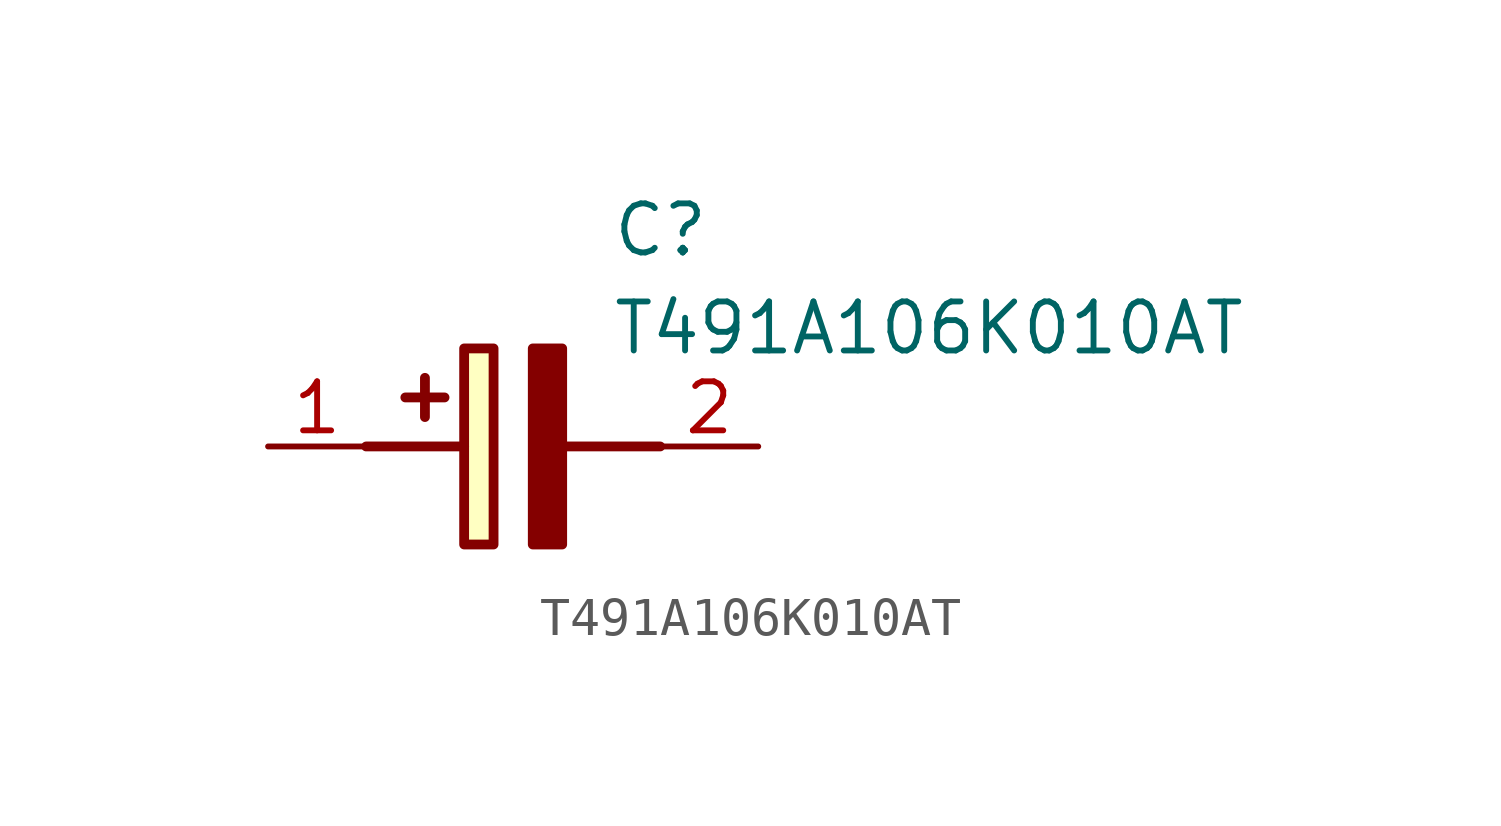
<source format=kicad_sym>
(kicad_symbol_lib
  (version 20211014)
  (generator SamacSys_ECAD_Model)
  (symbol "T491A106K010AT"
    (pin_names hide)
    (property "Reference" "C"
      (at 8.89 6.35 0)
      (effects (font (size 1.27 1.27)) (justify left top)))
    (property "Value" "T491A106K010AT"
      (at 8.89 3.81 0)
      (effects (font (size 1.27 1.27)) (justify left top)))
    (rectangle
      (start 5.08 2.54)
      (end 5.842 -2.54)
      (stroke (width 0.254) (type default))
      (fill (type background)))
    (polyline
      (pts (xy 4.572 1.27) (xy 3.556 1.27))
      (stroke (width 0.254) (type default))
      (fill (type none)))
    (polyline
      (pts (xy 4.064 1.778) (xy 4.064 0.762))
      (stroke (width 0.254) (type default))
      (fill (type none)))
    (polyline
      (pts (xy 2.54 0) (xy 5.08 0))
      (stroke (width 0.254) (type default))
      (fill (type none)))
    (polyline
      (pts (xy 7.62 0) (xy 10.16 0))
      (stroke (width 0.254) (type default))
      (fill (type none)))
    (polyline
      (pts (xy 7.62 2.54) (xy 7.62 -2.54) (xy 6.858 -2.54) (xy 6.858 2.54) (xy 7.62 2.54))
      (stroke (width 0.254) (type default))
      (fill (type outline)))
    (pin passive line
      (at 0 0 0)
      (length 2.54)
      (name "+" (effects (font (size 1.27 1.27))))
      (number "1" (effects (font (size 1.27 1.27)))))
    (pin passive line
      (at 12.7 0 180)
      (length 2.54)
      (name "-" (effects (font (size 1.27 1.27))))
      (number "2" (effects (font (size 1.27 1.27)))))))
</source>
